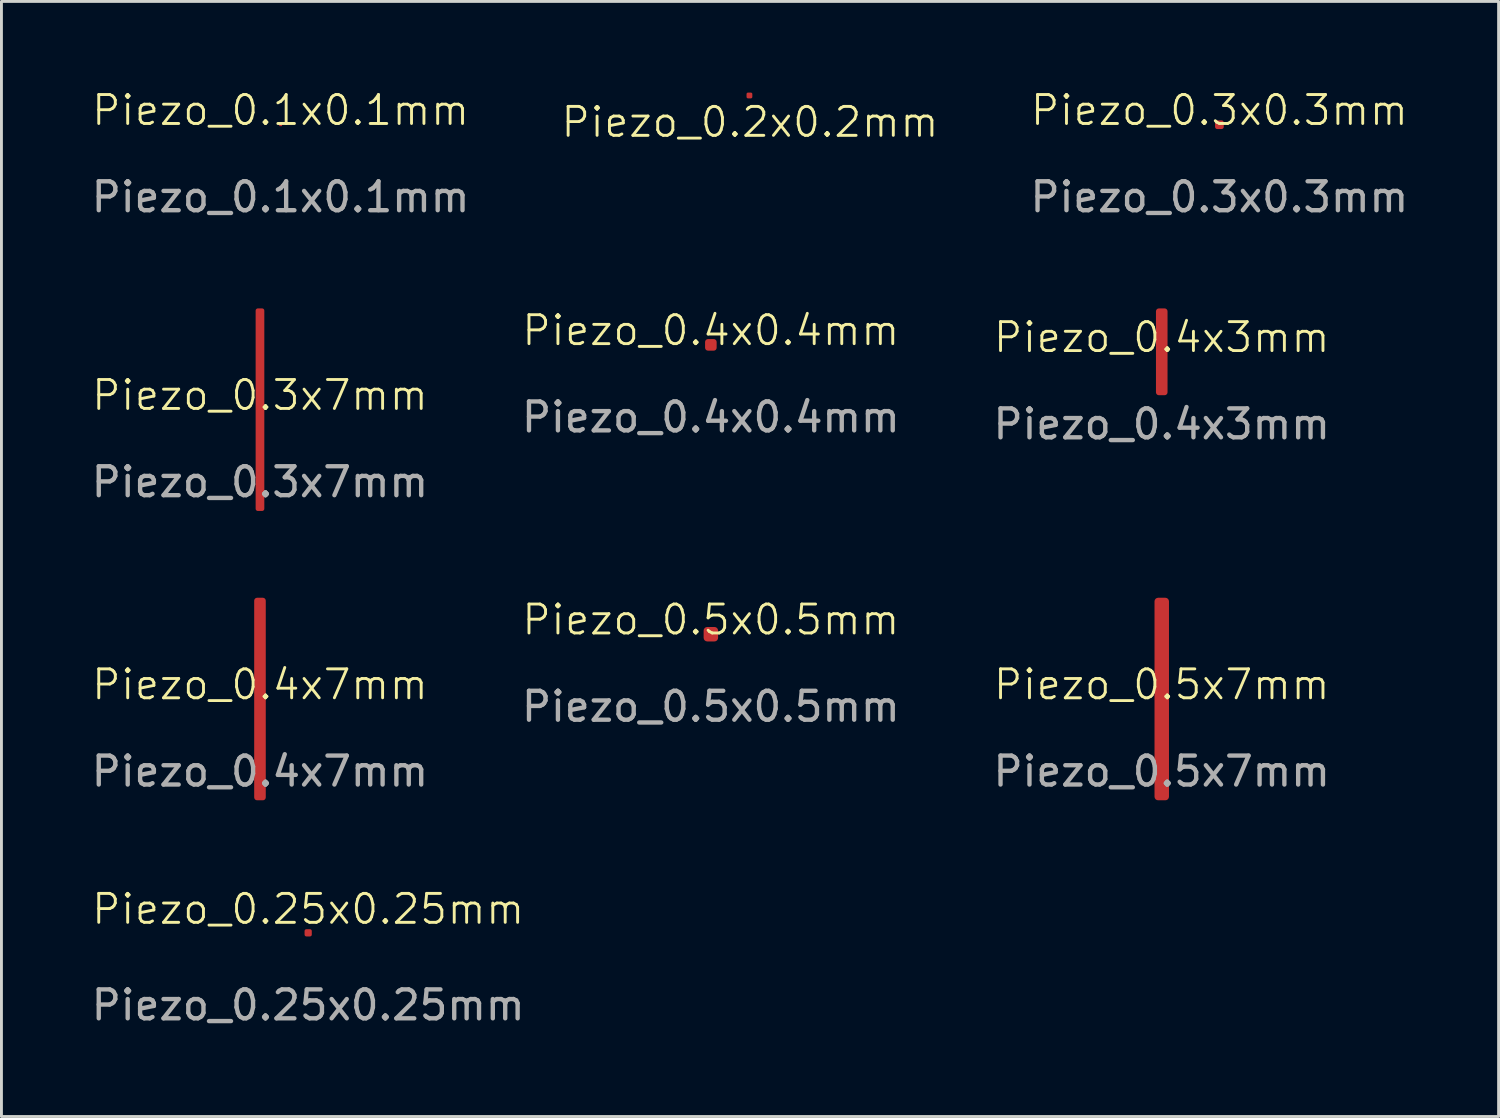
<source format=kicad_pcb>
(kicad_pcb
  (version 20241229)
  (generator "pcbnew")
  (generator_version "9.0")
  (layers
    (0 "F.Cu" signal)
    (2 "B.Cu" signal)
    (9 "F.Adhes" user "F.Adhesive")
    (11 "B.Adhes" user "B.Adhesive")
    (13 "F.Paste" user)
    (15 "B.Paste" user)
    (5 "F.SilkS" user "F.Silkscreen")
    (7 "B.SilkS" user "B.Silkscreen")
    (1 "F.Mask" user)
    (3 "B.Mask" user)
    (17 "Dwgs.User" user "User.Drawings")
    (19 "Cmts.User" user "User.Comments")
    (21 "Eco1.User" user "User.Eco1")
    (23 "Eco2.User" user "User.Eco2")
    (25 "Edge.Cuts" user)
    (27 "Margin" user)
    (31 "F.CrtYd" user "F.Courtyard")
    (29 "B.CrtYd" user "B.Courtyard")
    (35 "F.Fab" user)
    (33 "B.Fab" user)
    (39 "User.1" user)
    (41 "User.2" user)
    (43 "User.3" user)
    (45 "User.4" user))
  (footprint "Piezo_0.1x0.1mm"
    (layer "F.Cu")
    (at 6.649 1.26)
    (property "Reference" "Piezo_0.1x0.1mm" (at 0 -0.5 0) (unlocked yes) (layer "F.SilkS") (effects (font (size 1 1) (thickness 0.1))))
    (attr smd)
    (fp_text user "${REFERENCE}" (at 0 2.5 0) (unlocked yes) (layer "F.Fab") (effects (font (size 1 1) (thickness 0.15))))
    (pad "1" smd roundrect (at 0 0) (size 0.1 0.1) (layers "F.Cu" "F.Mask" "F.Paste") (roundrect_rratio 0.25)))
  (footprint "Piezo_0.2x0.2mm"
    (layer "F.Cu")
    (at 22.851 0.25)
    (property "Reference" "Piezo_0.2x0.2mm" (at 0.02 0.92 0) (unlocked yes) (layer "F.SilkS") (effects (font (size 1 1) (thickness 0.1))))
    (attr smd)
    (pad "1" smd roundrect (at 0 0) (size 0.2 0.2) (layers "F.Cu" "F.Mask" "F.Paste") (roundrect_rratio 0.25)))
  (footprint "Piezo_0.4x3mm"
    (layer "F.Cu")
    (at 37.101 9.109)
    (property "Reference" "Piezo_0.4x3mm" (at 0 -0.5 0) (unlocked yes) (layer "F.SilkS") (effects (font (size 1 1) (thickness 0.1))))
    (attr smd)
    (fp_text user "${REFERENCE}" (at 0 2.5 0) (unlocked yes) (layer "F.Fab") (effects (font (size 1 1) (thickness 0.15))))
    (pad "1" smd roundrect (at 0 0) (size 0.4 3) (layers "F.Cu" "F.Mask" "F.Paste") (roundrect_rratio 0.25)))
  (footprint "Piezo_0.3x7mm"
    (layer "F.Cu")
    (at 5.935 11.109)
    (property "Reference" "Piezo_0.3x7mm" (at 0 -0.5 0) (unlocked yes) (layer "F.SilkS") (effects (font (size 1 1) (thickness 0.1))))
    (attr smd)
    (fp_text user "${REFERENCE}" (at 0 2.5 0) (unlocked yes) (layer "F.Fab") (effects (font (size 1 1) (thickness 0.15))))
    (pad "1" smd roundrect (at 0 0) (size 0.3 7) (layers "F.Cu" "F.Mask" "F.Paste") (roundrect_rratio 0.25)))
  (footprint "Piezo_0.3x0.3mm"
    (layer "F.Cu")
    (at 39.094 1.26)
    (property "Reference" "Piezo_0.3x0.3mm" (at 0 -0.5 0) (unlocked yes) (layer "F.SilkS") (effects (font (size 1 1) (thickness 0.1))))
    (attr smd)
    (fp_text user "${REFERENCE}" (at 0 2.5 0) (unlocked yes) (layer "F.Fab") (effects (font (size 1 1) (thickness 0.15))))
    (pad "1" smd roundrect (at 0 0) (size 0.3 0.3) (layers "F.Cu" "F.Mask" "F.Paste") (roundrect_rratio 0.25)))
  (footprint "Piezo_0.5x7mm"
    (layer "F.Cu")
    (at 37.101 21.109)
    (property "Reference" "Piezo_0.5x7mm" (at 0 -0.5 0) (unlocked yes) (layer "F.SilkS") (effects (font (size 1 1) (thickness 0.1))))
    (attr smd)
    (fp_text user "${REFERENCE}" (at 0 2.5 0) (unlocked yes) (layer "F.Fab") (effects (font (size 1 1) (thickness 0.15))))
    (pad "1" smd roundrect (at 0 0) (size 0.5 7) (layers "F.Cu" "F.Mask" "F.Paste") (roundrect_rratio 0.25)))
  (footprint "Piezo_0.5x0.5mm"
    (layer "F.Cu")
    (at 21.518 18.869)
    (property "Reference" "Piezo_0.5x0.5mm" (at 0 -0.5 0) (unlocked yes) (layer "F.SilkS") (effects (font (size 1 1) (thickness 0.1))))
    (attr smd)
    (fp_text user "${REFERENCE}" (at 0 2.5 0) (unlocked yes) (layer "F.Fab") (effects (font (size 1 1) (thickness 0.15))))
    (pad "1" smd roundrect (at 0 0) (size 0.5 0.5) (layers "F.Cu" "F.Mask" "F.Paste") (roundrect_rratio 0.25)))
  (footprint "Piezo_0.4x7mm"
    (layer "F.Cu")
    (at 5.935 21.109)
    (property "Reference" "Piezo_0.4x7mm" (at 0 -0.5 0) (unlocked yes) (layer "F.SilkS") (effects (font (size 1 1) (thickness 0.1))))
    (attr smd)
    (fp_text user "${REFERENCE}" (at 0 2.5 0) (unlocked yes) (layer "F.Fab") (effects (font (size 1 1) (thickness 0.15))))
    (pad "1" smd roundrect (at 0 0) (size 0.4 7) (layers "F.Cu" "F.Mask" "F.Paste") (roundrect_rratio 0.25)))
  (footprint "Piezo_0.25x0.25mm"
    (layer "F.Cu")
    (at 7.601 29.189)
    (property "Reference" "Piezo_0.25x0.25mm" (at 0 -0.82 0) (unlocked yes) (layer "F.SilkS") (effects (font (size 1 1) (thickness 0.1))))
    (attr smd)
    (fp_text user "${REFERENCE}" (at 0 2.5 0) (unlocked yes) (layer "F.Fab") (effects (font (size 1 1) (thickness 0.15))))
    (pad "1" smd roundrect (at 0 0) (size 0.25 0.25) (layers "F.Cu" "F.Mask" "F.Paste") (roundrect_rratio 0.25)))
  (footprint "Piezo_0.4x0.4mm"
    (layer "F.Cu")
    (at 21.518 8.869)
    (property "Reference" "Piezo_0.4x0.4mm" (at 0 -0.5 0) (unlocked yes) (layer "F.SilkS") (effects (font (size 1 1) (thickness 0.1))))
    (attr smd)
    (fp_text user "${REFERENCE}" (at 0 2.5 0) (unlocked yes) (layer "F.Fab") (effects (font (size 1 1) (thickness 0.15))))
    (pad "1" smd roundrect (at 0 0) (size 0.4 0.4) (layers "F.Cu" "F.Mask" "F.Paste") (roundrect_rratio 0.25)))
  (gr_rect
    (start -3 -3)
    (end 48.743 35.538)
    (stroke (width 0.1) (type default))
    (fill no)
    (layer "Edge.Cuts")))
</source>
